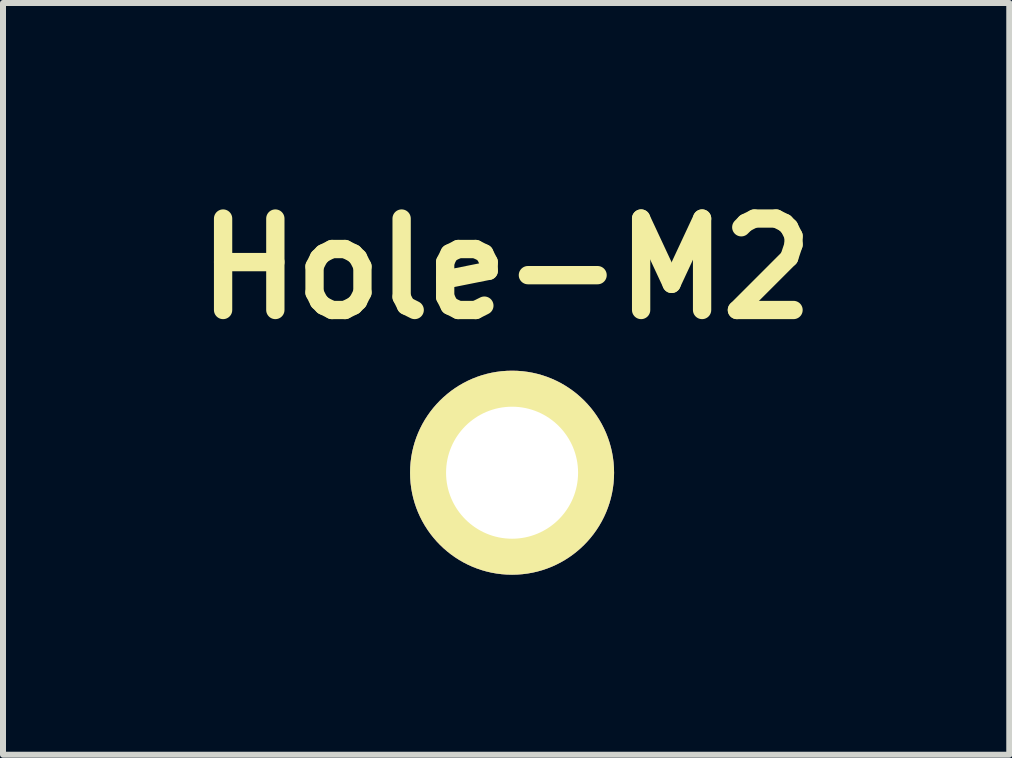
<source format=kicad_pcb>
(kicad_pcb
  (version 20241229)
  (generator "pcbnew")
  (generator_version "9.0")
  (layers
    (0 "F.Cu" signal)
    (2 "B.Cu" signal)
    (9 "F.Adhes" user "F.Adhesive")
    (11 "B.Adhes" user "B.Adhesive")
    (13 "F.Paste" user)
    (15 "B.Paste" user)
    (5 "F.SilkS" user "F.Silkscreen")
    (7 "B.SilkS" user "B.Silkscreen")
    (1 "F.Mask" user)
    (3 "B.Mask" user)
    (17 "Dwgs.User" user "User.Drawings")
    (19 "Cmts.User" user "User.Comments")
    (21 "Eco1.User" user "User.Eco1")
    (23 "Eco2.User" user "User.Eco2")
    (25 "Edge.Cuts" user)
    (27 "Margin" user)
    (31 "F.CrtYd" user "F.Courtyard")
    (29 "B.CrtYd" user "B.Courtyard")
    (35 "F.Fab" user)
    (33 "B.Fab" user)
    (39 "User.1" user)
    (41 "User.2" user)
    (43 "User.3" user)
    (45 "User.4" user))
  (footprint "Hole-M2"
    (layer "F.Cu")
    (at 5.484 4.828)
    (property "Reference" "Hole-M2" (at -0.099 -3.401 0) (layer "F.SilkS") (effects (font (size 1.524 1.524) (thickness 0.305))))
    (attr through_hole)
    (pad "1" thru_hole circle (at 0 0) (size 3.4 3.4) (drill 2.2) (layers "*.Cu" "*.Mask" "F.SilkS")))
  (gr_rect
    (start -3 -3)
    (end 13.77 9.528)
    (stroke (width 0.1) (type default))
    (fill no)
    (layer "Edge.Cuts")))
</source>
